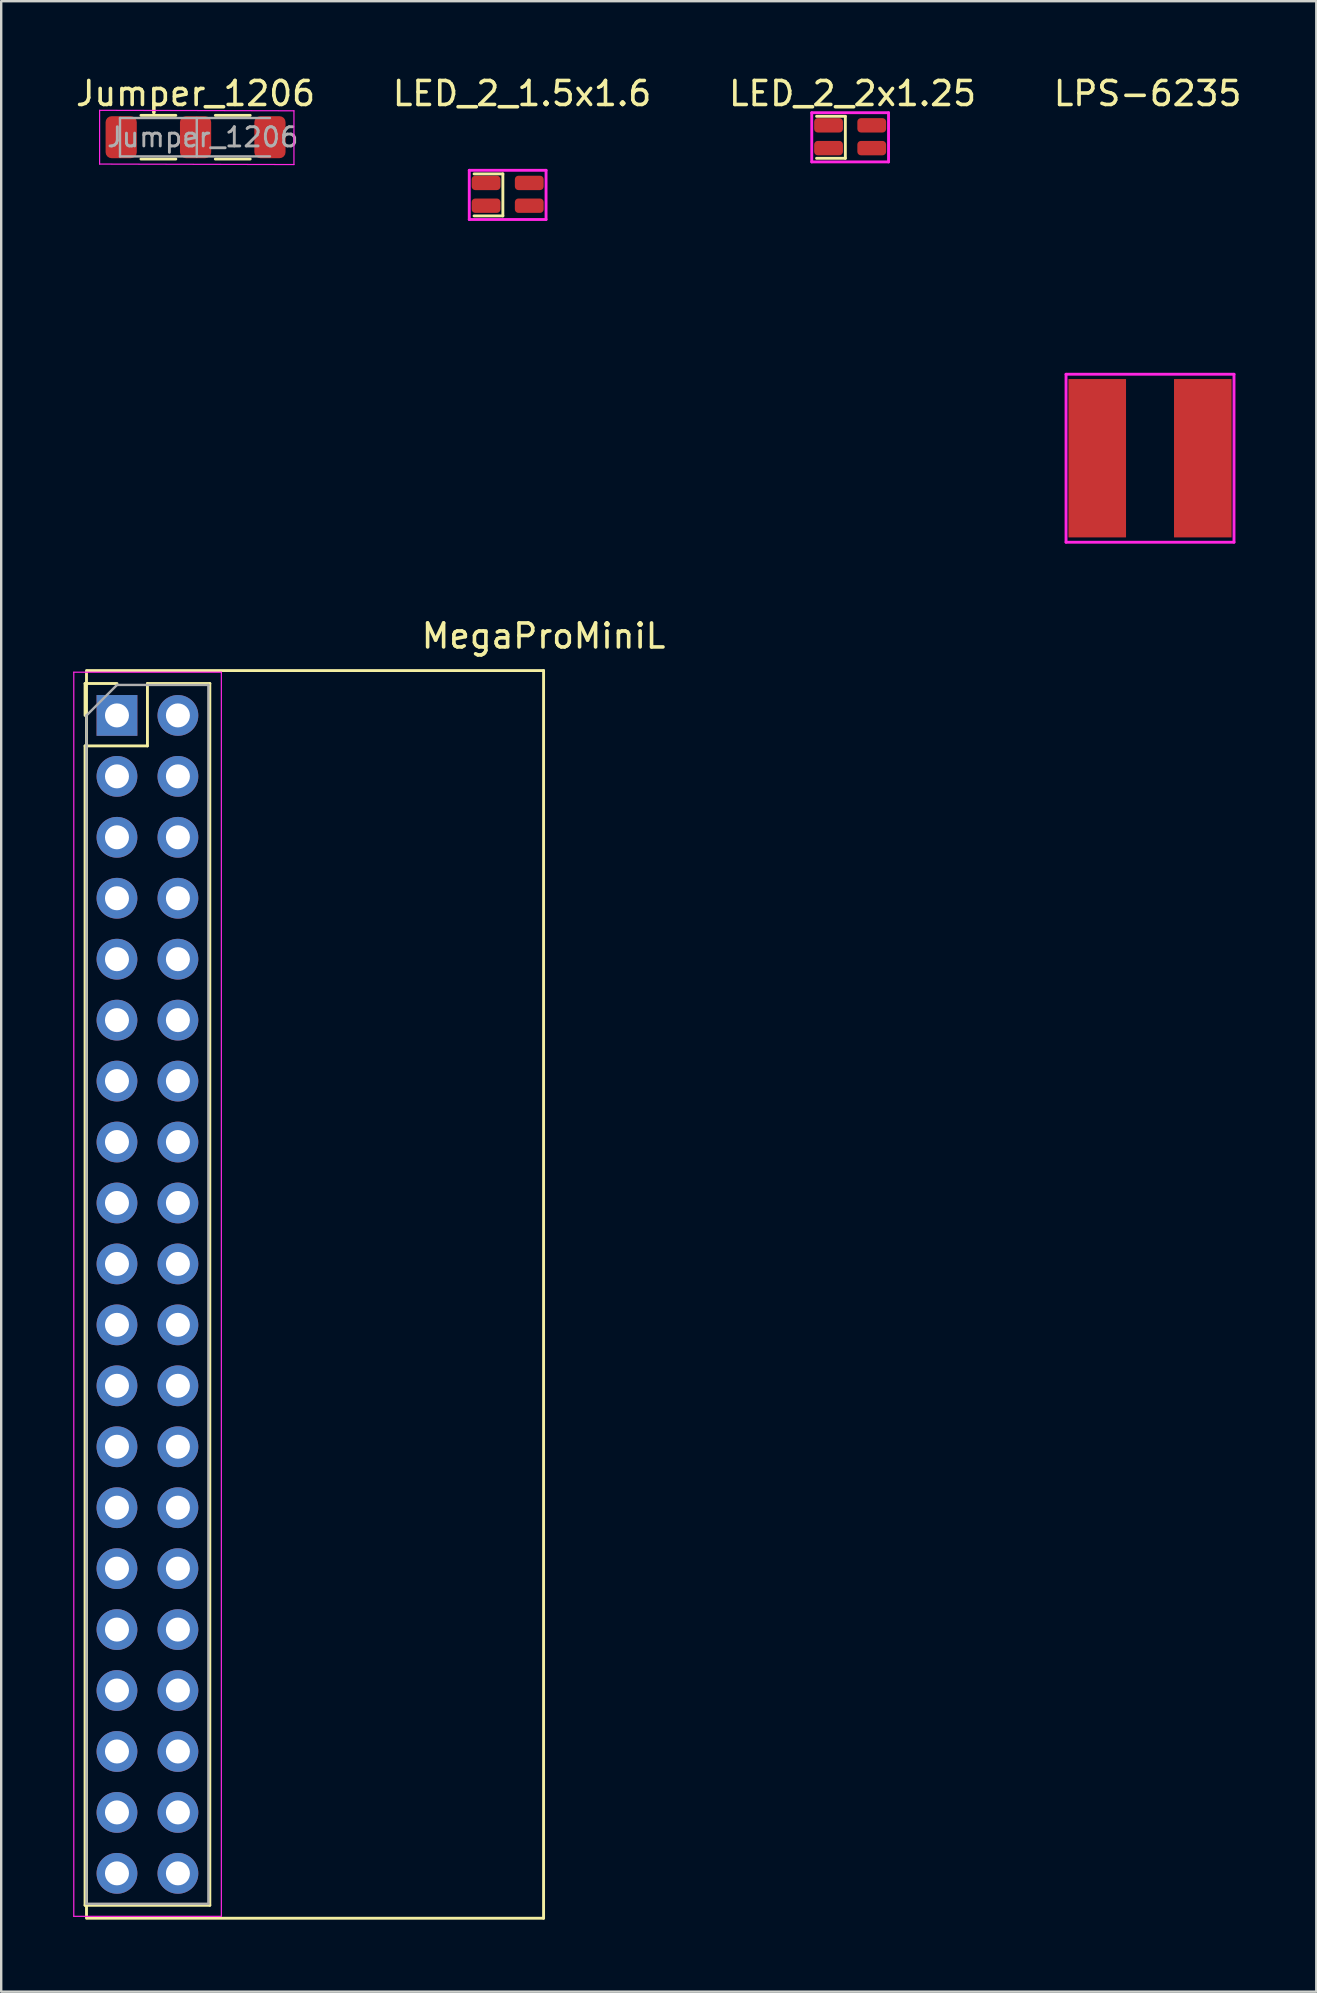
<source format=kicad_pcb>
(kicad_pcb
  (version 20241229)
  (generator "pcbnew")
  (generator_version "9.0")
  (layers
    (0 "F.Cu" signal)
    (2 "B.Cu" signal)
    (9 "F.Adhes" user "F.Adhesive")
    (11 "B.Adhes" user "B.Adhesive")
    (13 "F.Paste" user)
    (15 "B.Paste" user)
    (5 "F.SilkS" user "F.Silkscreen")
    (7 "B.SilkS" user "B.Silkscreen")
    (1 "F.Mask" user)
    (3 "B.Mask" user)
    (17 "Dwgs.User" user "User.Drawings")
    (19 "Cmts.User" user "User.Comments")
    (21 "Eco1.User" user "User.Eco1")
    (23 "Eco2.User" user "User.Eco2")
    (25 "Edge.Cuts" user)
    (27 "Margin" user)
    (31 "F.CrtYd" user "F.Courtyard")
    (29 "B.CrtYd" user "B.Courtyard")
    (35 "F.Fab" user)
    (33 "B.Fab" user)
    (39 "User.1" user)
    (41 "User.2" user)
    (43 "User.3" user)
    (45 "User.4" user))
  (footprint "LED_2_1.5x1.6"
    (layer "F.Cu")
    (at 18.108 5.048)
    (property "Reference" "LED_2_1.5x1.6" (at 0.6 -4.2 0) (layer "F.SilkS") (effects (font (size 1 1) (thickness 0.15))))
    (attr through_hole)
    (fp_line (start -1.4 -0.85) (end -0.2 -0.85) (stroke (width 0.12) (type solid)) (layer "F.SilkS"))
    (fp_line (start -0.2 -0.85) (end -0.2 0.9) (stroke (width 0.12) (type solid)) (layer "F.SilkS"))
    (fp_line (start -0.2 0.9) (end -1.4 0.9) (stroke (width 0.12) (type solid)) (layer "F.SilkS"))
    (fp_line (start -1.6 -1) (end -1.6 1.05) (stroke (width 0.12) (type solid)) (layer "F.CrtYd"))
    (fp_line (start -1.6 1.05) (end 1.6 1.05) (stroke (width 0.12) (type solid)) (layer "F.CrtYd"))
    (fp_line (start 1.6 -1) (end -1.6 -1) (stroke (width 0.12) (type solid)) (layer "F.CrtYd"))
    (fp_line (start 1.6 1.05) (end 1.6 -1) (stroke (width 0.12) (type solid)) (layer "F.CrtYd"))
    (pad "1" smd roundrect (at 0.9 -0.475) (size 1.2 0.6) (layers "F.Cu" "F.Mask" "F.Paste") (roundrect_rratio 0.25))
    (pad "2" smd roundrect (at -0.9 -0.475) (size 1.2 0.6) (layers "F.Cu" "F.Mask" "F.Paste") (roundrect_rratio 0.25))
    (pad "3" smd roundrect (at -0.9 0.475) (size 1.2 0.6) (layers "F.Cu" "F.Mask" "F.Paste") (roundrect_rratio 0.25))
    (pad "4" smd roundrect (at 0.9 0.475) (size 1.2 0.6) (layers "F.Cu" "F.Mask" "F.Paste") (roundrect_rratio 0.25)))
  (footprint "MegaProMiniL"
    (layer "F.Cu")
    (at 19.605 50.897)
    (property "Reference" "MegaProMiniL" (at 0 -27.44 0) (layer "F.SilkS") (effects (font (size 1 1) (thickness 0.15))))
    (attr through_hole)
    (fp_line (start -19.11 -25.46) (end -17.78 -25.46) (stroke (width 0.12) (type solid)) (layer "F.SilkS"))
    (fp_line (start -19.11 -24.13) (end -19.11 -25.46) (stroke (width 0.12) (type solid)) (layer "F.SilkS"))
    (fp_line (start -19.11 -22.86) (end -19.11 25.46) (stroke (width 0.12) (type solid)) (layer "F.SilkS"))
    (fp_line (start -19.11 -22.86) (end -16.51 -22.86) (stroke (width 0.12) (type solid)) (layer "F.SilkS"))
    (fp_line (start -19.11 25.46) (end -13.91 25.46) (stroke (width 0.12) (type solid)) (layer "F.SilkS"))
    (fp_line (start -19.05 26) (end -19.05 -26) (stroke (width 0.12) (type solid)) (layer "F.SilkS"))
    (fp_line (start -19 -26) (end 0 -26) (stroke (width 0.12) (type solid)) (layer "F.SilkS"))
    (fp_line (start -16.51 -25.46) (end -13.91 -25.46) (stroke (width 0.12) (type solid)) (layer "F.SilkS"))
    (fp_line (start -16.51 -22.86) (end -16.51 -25.46) (stroke (width 0.12) (type solid)) (layer "F.SilkS"))
    (fp_line (start -13.91 -25.46) (end -13.91 25.46) (stroke (width 0.12) (type solid)) (layer "F.SilkS"))
    (fp_line (start 0 -26) (end 0 26) (stroke (width 0.12) (type solid)) (layer "F.SilkS"))
    (fp_line (start 0 26) (end -19 26) (stroke (width 0.12) (type solid)) (layer "F.SilkS"))
    (fp_line (start -19.58 -25.93) (end -19.58 25.92) (stroke (width 0.05) (type solid)) (layer "F.CrtYd"))
    (fp_line (start -19.58 25.92) (end -13.43 25.92) (stroke (width 0.05) (type solid)) (layer "F.CrtYd"))
    (fp_line (start -13.43 -25.93) (end -19.58 -25.93) (stroke (width 0.05) (type solid)) (layer "F.CrtYd"))
    (fp_line (start -13.43 25.92) (end -13.43 -25.93) (stroke (width 0.05) (type solid)) (layer "F.CrtYd"))
    (fp_line (start -19.05 -24.13) (end -17.78 -25.4) (stroke (width 0.1) (type solid)) (layer "F.Fab"))
    (fp_line (start -19.05 25.4) (end -19.05 -24.13) (stroke (width 0.1) (type solid)) (layer "F.Fab"))
    (fp_line (start -17.78 -25.4) (end -13.97 -25.4) (stroke (width 0.1) (type solid)) (layer "F.Fab"))
    (fp_line (start -13.97 -25.4) (end -13.97 25.4) (stroke (width 0.1) (type solid)) (layer "F.Fab"))
    (fp_line (start -13.97 25.4) (end -19.05 25.4) (stroke (width 0.1) (type solid)) (layer "F.Fab"))
    (pad "1" thru_hole rect (at -17.78 -24.13) (size 1.7 1.7) (drill 1) (layers "*.Cu" "*.Mask"))
    (pad "2" thru_hole oval (at -15.24 -24.13) (size 1.7 1.7) (drill 1) (layers "*.Cu" "*.Mask"))
    (pad "3" thru_hole oval (at -17.78 -21.59) (size 1.7 1.7) (drill 1) (layers "*.Cu" "*.Mask"))
    (pad "4" thru_hole oval (at -15.24 -21.59) (size 1.7 1.7) (drill 1) (layers "*.Cu" "*.Mask"))
    (pad "5" thru_hole oval (at -17.78 -19.05) (size 1.7 1.7) (drill 1) (layers "*.Cu" "*.Mask"))
    (pad "6" thru_hole oval (at -15.24 -19.05) (size 1.7 1.7) (drill 1) (layers "*.Cu" "*.Mask"))
    (pad "7" thru_hole oval (at -17.78 -16.51) (size 1.7 1.7) (drill 1) (layers "*.Cu" "*.Mask"))
    (pad "8" thru_hole oval (at -15.24 -16.51) (size 1.7 1.7) (drill 1) (layers "*.Cu" "*.Mask"))
    (pad "9" thru_hole oval (at -17.78 -13.97) (size 1.7 1.7) (drill 1) (layers "*.Cu" "*.Mask"))
    (pad "10" thru_hole oval (at -15.24 -13.97) (size 1.7 1.7) (drill 1) (layers "*.Cu" "*.Mask"))
    (pad "11" thru_hole oval (at -17.78 -11.43) (size 1.7 1.7) (drill 1) (layers "*.Cu" "*.Mask"))
    (pad "12" thru_hole oval (at -15.24 -11.43) (size 1.7 1.7) (drill 1) (layers "*.Cu" "*.Mask"))
    (pad "13" thru_hole oval (at -17.78 -8.89) (size 1.7 1.7) (drill 1) (layers "*.Cu" "*.Mask"))
    (pad "14" thru_hole oval (at -15.24 -8.89) (size 1.7 1.7) (drill 1) (layers "*.Cu" "*.Mask"))
    (pad "15" thru_hole oval (at -17.78 -6.35) (size 1.7 1.7) (drill 1) (layers "*.Cu" "*.Mask"))
    (pad "16" thru_hole oval (at -15.24 -6.35) (size 1.7 1.7) (drill 1) (layers "*.Cu" "*.Mask"))
    (pad "17" thru_hole oval (at -17.78 -3.81) (size 1.7 1.7) (drill 1) (layers "*.Cu" "*.Mask"))
    (pad "18" thru_hole oval (at -15.24 -3.81) (size 1.7 1.7) (drill 1) (layers "*.Cu" "*.Mask"))
    (pad "19" thru_hole oval (at -17.78 -1.27) (size 1.7 1.7) (drill 1) (layers "*.Cu" "*.Mask"))
    (pad "20" thru_hole oval (at -15.24 -1.27) (size 1.7 1.7) (drill 1) (layers "*.Cu" "*.Mask"))
    (pad "21" thru_hole oval (at -17.78 1.27) (size 1.7 1.7) (drill 1) (layers "*.Cu" "*.Mask"))
    (pad "22" thru_hole oval (at -15.24 1.27) (size 1.7 1.7) (drill 1) (layers "*.Cu" "*.Mask"))
    (pad "23" thru_hole oval (at -17.78 3.81) (size 1.7 1.7) (drill 1) (layers "*.Cu" "*.Mask"))
    (pad "24" thru_hole oval (at -15.24 3.81) (size 1.7 1.7) (drill 1) (layers "*.Cu" "*.Mask"))
    (pad "25" thru_hole oval (at -17.78 6.35) (size 1.7 1.7) (drill 1) (layers "*.Cu" "*.Mask"))
    (pad "26" thru_hole oval (at -15.24 6.35) (size 1.7 1.7) (drill 1) (layers "*.Cu" "*.Mask"))
    (pad "27" thru_hole oval (at -17.78 8.89) (size 1.7 1.7) (drill 1) (layers "*.Cu" "*.Mask"))
    (pad "28" thru_hole oval (at -15.24 8.89) (size 1.7 1.7) (drill 1) (layers "*.Cu" "*.Mask"))
    (pad "29" thru_hole oval (at -17.78 11.43) (size 1.7 1.7) (drill 1) (layers "*.Cu" "*.Mask"))
    (pad "30" thru_hole oval (at -15.24 11.43) (size 1.7 1.7) (drill 1) (layers "*.Cu" "*.Mask"))
    (pad "31" thru_hole oval (at -17.78 13.97) (size 1.7 1.7) (drill 1) (layers "*.Cu" "*.Mask"))
    (pad "32" thru_hole oval (at -15.24 13.97) (size 1.7 1.7) (drill 1) (layers "*.Cu" "*.Mask"))
    (pad "33" thru_hole oval (at -17.78 16.51) (size 1.7 1.7) (drill 1) (layers "*.Cu" "*.Mask"))
    (pad "34" thru_hole oval (at -15.24 16.51) (size 1.7 1.7) (drill 1) (layers "*.Cu" "*.Mask"))
    (pad "35" thru_hole oval (at -17.78 19.05) (size 1.7 1.7) (drill 1) (layers "*.Cu" "*.Mask"))
    (pad "36" thru_hole oval (at -15.24 19.05) (size 1.7 1.7) (drill 1) (layers "*.Cu" "*.Mask"))
    (pad "37" thru_hole oval (at -17.78 21.59) (size 1.7 1.7) (drill 1) (layers "*.Cu" "*.Mask"))
    (pad "38" thru_hole oval (at -15.24 21.59) (size 1.7 1.7) (drill 1) (layers "*.Cu" "*.Mask"))
    (pad "39" thru_hole oval (at -17.78 24.13) (size 1.7 1.7) (drill 1) (layers "*.Cu" "*.Mask"))
    (pad "40" thru_hole oval (at -15.24 24.13) (size 1.7 1.7) (drill 1) (layers "*.Cu" "*.Mask")))
  (footprint "Jumper_1206"
    (layer "F.Cu")
    (at 5.101 2.668)
    (property "Reference" "Jumper_1206" (at 0 -1.82 0) (layer "F.SilkS") (effects (font (size 1 1) (thickness 0.15))))
    (attr smd)
    (fp_line (start -2.277 -0.91) (end -0.823 -0.91) (stroke (width 0.12) (type solid)) (layer "F.SilkS"))
    (fp_line (start -2.277 0.91) (end -0.823 0.91) (stroke (width 0.12) (type solid)) (layer "F.SilkS"))
    (fp_line (start 0.823 -0.91) (end 2.277 -0.91) (stroke (width 0.12) (type solid)) (layer "F.SilkS"))
    (fp_line (start 0.823 0.91) (end 2.277 0.91) (stroke (width 0.12) (type solid)) (layer "F.SilkS"))
    (fp_line (start -4 -1.12) (end 4.1 -1.1) (stroke (width 0.05) (type solid)) (layer "F.CrtYd"))
    (fp_line (start -4 1.12) (end -4 -1.12) (stroke (width 0.05) (type solid)) (layer "F.CrtYd"))
    (fp_line (start 4.1 -1.1) (end 4.1 1.14) (stroke (width 0.05) (type solid)) (layer "F.CrtYd"))
    (fp_line (start 4.1 1.14) (end -4 1.12) (stroke (width 0.05) (type solid)) (layer "F.CrtYd"))
    (fp_line (start -3.15 -0.8) (end 3.1 -0.8) (stroke (width 0.1) (type solid)) (layer "F.Fab"))
    (fp_line (start -3.15 0.8) (end -3.15 -0.8) (stroke (width 0.1) (type solid)) (layer "F.Fab"))
    (fp_line (start 0.05 -0.8) (end 0.05 0.8) (stroke (width 0.1) (type solid)) (layer "F.Fab"))
    (fp_line (start 3.1 0.8) (end -3.15 0.8) (stroke (width 0.1) (type solid)) (layer "F.Fab"))
    (fp_text user "${REFERENCE}" (at 0.3 0 0) (layer "F.Fab") (effects (font (size 0.8 0.8) (thickness 0.12))))
    (pad "1" smd roundrect (at -3.1 0) (size 1.3 1.75) (layers "F.Cu" "F.Mask" "F.Paste") (roundrect_rratio 0.192))
    (pad "2" smd roundrect (at 0 0) (size 1.3 1.75) (layers "F.Cu" "F.Mask" "F.Paste") (roundrect_rratio 0.192))
    (pad "3" smd roundrect (at 3.1 0) (size 1.3 1.75) (layers "F.Cu" "F.Mask" "F.Paste") (roundrect_rratio 0.192)))
  (footprint "LED_2_2x1.25"
    (layer "F.Cu")
    (at 32.382 2.648)
    (property "Reference" "LED_2_2x1.25" (at 0.1 -1.8 0) (layer "F.SilkS") (effects (font (size 1 1) (thickness 0.15))))
    (attr through_hole)
    (fp_line (start -1.4 -0.85) (end -0.2 -0.85) (stroke (width 0.12) (type solid)) (layer "F.SilkS"))
    (fp_line (start -0.2 -0.85) (end -0.2 0.9) (stroke (width 0.12) (type solid)) (layer "F.SilkS"))
    (fp_line (start -0.2 0.9) (end -1.4 0.9) (stroke (width 0.12) (type solid)) (layer "F.SilkS"))
    (fp_line (start -1.6 -1) (end -1.6 1.05) (stroke (width 0.12) (type solid)) (layer "F.CrtYd"))
    (fp_line (start -1.6 1.05) (end 1.6 1.05) (stroke (width 0.12) (type solid)) (layer "F.CrtYd"))
    (fp_line (start 1.6 -1) (end -1.6 -1) (stroke (width 0.12) (type solid)) (layer "F.CrtYd"))
    (fp_line (start 1.6 1.05) (end 1.6 -1) (stroke (width 0.12) (type solid)) (layer "F.CrtYd"))
    (pad "1" smd roundrect (at 0.9 -0.475) (size 1.2 0.6) (layers "F.Cu" "F.Mask" "F.Paste") (roundrect_rratio 0.25))
    (pad "2" smd roundrect (at -0.9 -0.475) (size 1.2 0.6) (layers "F.Cu" "F.Mask" "F.Paste") (roundrect_rratio 0.25))
    (pad "3" smd roundrect (at -0.9 0.475) (size 1.2 0.6) (layers "F.Cu" "F.Mask" "F.Paste") (roundrect_rratio 0.25))
    (pad "4" smd roundrect (at 0.9 0.475) (size 1.2 0.6) (layers "F.Cu" "F.Mask" "F.Paste") (roundrect_rratio 0.25)))
  (footprint "LPS-6235"
    (layer "F.Cu")
    (at 44.88 16.048)
    (property "Reference" "LPS-6235" (at -0.1 -15.2 0) (layer "F.SilkS") (effects (font (size 1 1) (thickness 0.15))))
    (attr through_hole)
    (fp_line (start -3.5 -3.5) (end 3.5 -3.5) (stroke (width 0.12) (type solid)) (layer "F.CrtYd"))
    (fp_line (start -3.5 3.5) (end -3.5 -3.5) (stroke (width 0.12) (type solid)) (layer "F.CrtYd"))
    (fp_line (start 3.5 -3.5) (end 3.5 3.5) (stroke (width 0.12) (type solid)) (layer "F.CrtYd"))
    (fp_line (start 3.5 3.5) (end -3.5 3.5) (stroke (width 0.12) (type solid)) (layer "F.CrtYd"))
    (pad "1" smd rect (at -2.2 0) (size 2.4 6.6) (layers "F.Cu" "F.Mask" "F.Paste"))
    (pad "2" smd rect (at 2.2 0) (size 2.4 6.6) (layers "F.Cu" "F.Mask" "F.Paste")))
  (gr_rect
    (start -3 -3)
    (end 51.81 79.957)
    (stroke (width 0.1) (type default))
    (fill no)
    (layer "Edge.Cuts")))
</source>
